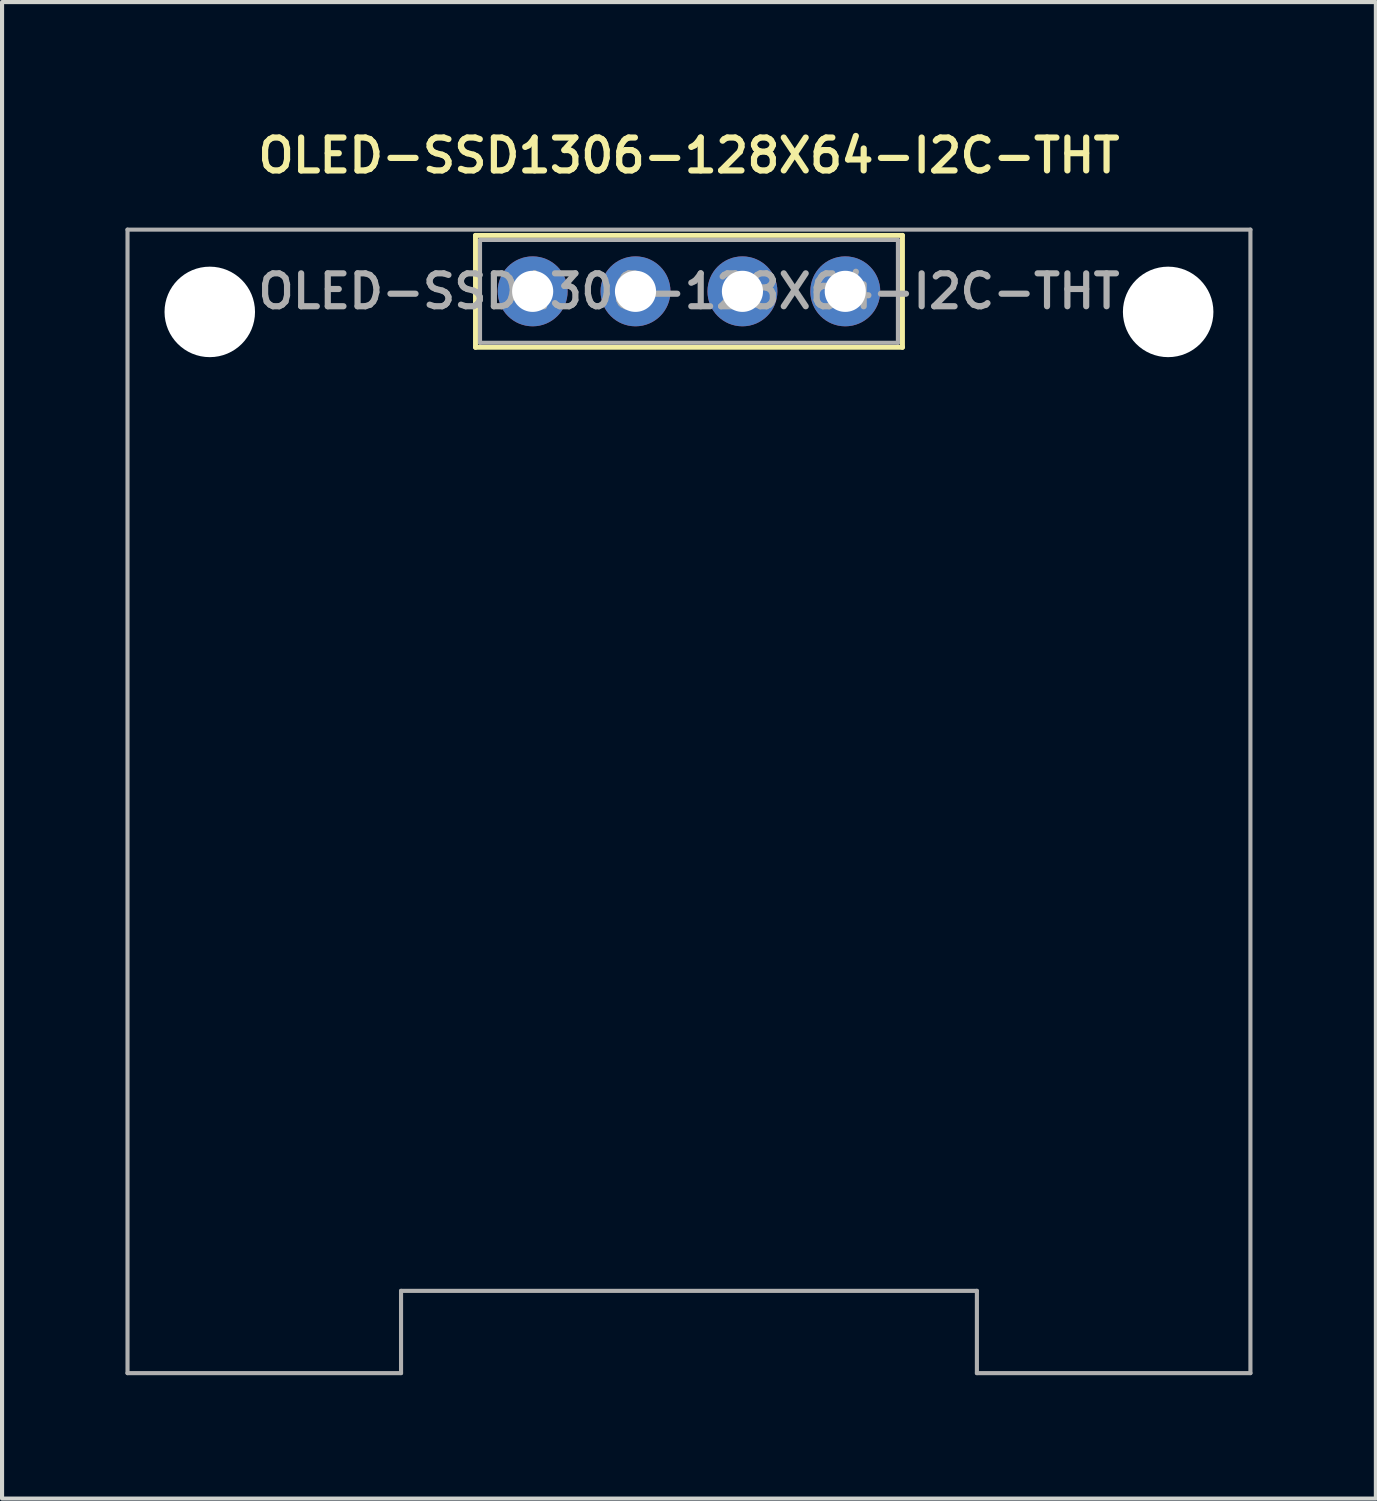
<source format=kicad_pcb>
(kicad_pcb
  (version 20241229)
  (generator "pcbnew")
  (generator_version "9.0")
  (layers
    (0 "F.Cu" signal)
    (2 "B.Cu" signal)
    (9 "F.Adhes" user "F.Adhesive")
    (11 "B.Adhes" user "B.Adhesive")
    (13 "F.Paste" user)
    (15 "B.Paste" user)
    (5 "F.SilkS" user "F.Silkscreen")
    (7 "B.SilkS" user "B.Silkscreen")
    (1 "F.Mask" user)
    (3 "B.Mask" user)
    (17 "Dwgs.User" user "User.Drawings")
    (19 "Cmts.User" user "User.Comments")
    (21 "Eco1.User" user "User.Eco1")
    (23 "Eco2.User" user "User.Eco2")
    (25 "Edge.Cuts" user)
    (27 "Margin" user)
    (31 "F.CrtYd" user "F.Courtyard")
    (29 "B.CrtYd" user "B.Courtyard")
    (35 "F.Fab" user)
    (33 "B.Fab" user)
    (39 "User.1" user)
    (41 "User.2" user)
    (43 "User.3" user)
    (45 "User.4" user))
  (footprint "OLED-SSD1306-128X64-I2C-THT"
    (layer "F.Cu")
    (at 13.7 4.033)
    (property "Reference" "OLED-SSD1306-128X64-I2C-THT" (at 0 -3.302 0) (layer "F.SilkS") (effects (font (size 0.8 0.8) (thickness 0.15))))
    (attr smd)
    (fp_line (start -5.19 1.36) (end -5.19 -1.36) (stroke (width 0.12) (type solid)) (layer "F.SilkS"))
    (fp_line (start -5.19 1.36) (end 5.19 1.36) (stroke (width 0.12) (type solid)) (layer "F.SilkS"))
    (fp_line (start 5.19 -1.36) (end -5.19 -1.36) (stroke (width 0.12) (type solid)) (layer "F.SilkS"))
    (fp_line (start 5.19 1.36) (end 5.19 -1.36) (stroke (width 0.12) (type solid)) (layer "F.SilkS"))
    (fp_line (start -13.65 -1.5) (end -13.65 26.3) (stroke (width 0.1) (type solid)) (layer "F.Fab"))
    (fp_line (start -13.65 -1.5) (end 13.65 -1.5) (stroke (width 0.1) (type solid)) (layer "F.Fab"))
    (fp_line (start -13.65 26.3) (end -7 26.3) (stroke (width 0.1) (type solid)) (layer "F.Fab"))
    (fp_line (start -7 24.3) (end -7 26.3) (stroke (width 0.1) (type solid)) (layer "F.Fab"))
    (fp_line (start -5.08 1.25) (end -5.08 -1.25) (stroke (width 0.1) (type solid)) (layer "F.Fab"))
    (fp_line (start 5.08 -1.25) (end -5.08 -1.25) (stroke (width 0.1) (type solid)) (layer "F.Fab"))
    (fp_line (start 5.08 1.25) (end -5.08 1.25) (stroke (width 0.1) (type solid)) (layer "F.Fab"))
    (fp_line (start 5.08 1.25) (end 5.08 -1.25) (stroke (width 0.1) (type solid)) (layer "F.Fab"))
    (fp_line (start 7 24.3) (end -7 24.3) (stroke (width 0.1) (type solid)) (layer "F.Fab"))
    (fp_line (start 7 24.3) (end 7 26.3) (stroke (width 0.1) (type solid)) (layer "F.Fab"))
    (fp_line (start 7 26.3) (end 13.65 26.3) (stroke (width 0.1) (type solid)) (layer "F.Fab"))
    (fp_line (start 13.65 -1.5) (end 13.65 26.3) (stroke (width 0.1) (type solid)) (layer "F.Fab"))
    (fp_text user "${REFERENCE}" (at 0 0 0) (layer "F.Fab") (effects (font (size 0.8 0.8) (thickness 0.15))))
    (pad "" np_thru_hole circle (at -11.65 0.5) (size 2.2 2.2) (drill 2.2) (layers "*.Cu" "*.Mask"))
    (pad "" np_thru_hole circle (at 11.65 0.5) (size 2.2 2.2) (drill 2.2) (layers "*.Cu" "*.Mask"))
    (pad "1" thru_hole circle (at 3.8 0) (size 1.7 1.7) (drill 1) (layers "*.Cu" "*.Mask"))
    (pad "2" thru_hole circle (at 1.3 0) (size 1.7 1.7) (drill 1) (layers "*.Cu" "*.Mask"))
    (pad "3" thru_hole circle (at -1.3 0) (size 1.7 1.7) (drill 1) (layers "*.Cu" "*.Mask"))
    (pad "4" thru_hole circle (at -3.8 0) (size 1.7 1.7) (drill 1) (layers "*.Cu" "*.Mask")))
  (gr_rect
    (start -3 -3)
    (end 30.4 33.383)
    (stroke (width 0.1) (type default))
    (fill no)
    (layer "Edge.Cuts")))
</source>
